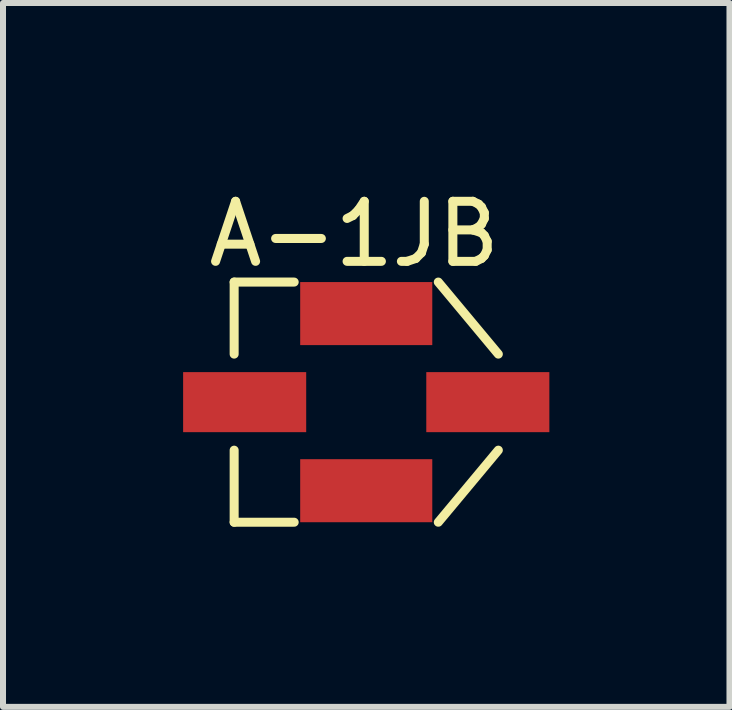
<source format=kicad_pcb>
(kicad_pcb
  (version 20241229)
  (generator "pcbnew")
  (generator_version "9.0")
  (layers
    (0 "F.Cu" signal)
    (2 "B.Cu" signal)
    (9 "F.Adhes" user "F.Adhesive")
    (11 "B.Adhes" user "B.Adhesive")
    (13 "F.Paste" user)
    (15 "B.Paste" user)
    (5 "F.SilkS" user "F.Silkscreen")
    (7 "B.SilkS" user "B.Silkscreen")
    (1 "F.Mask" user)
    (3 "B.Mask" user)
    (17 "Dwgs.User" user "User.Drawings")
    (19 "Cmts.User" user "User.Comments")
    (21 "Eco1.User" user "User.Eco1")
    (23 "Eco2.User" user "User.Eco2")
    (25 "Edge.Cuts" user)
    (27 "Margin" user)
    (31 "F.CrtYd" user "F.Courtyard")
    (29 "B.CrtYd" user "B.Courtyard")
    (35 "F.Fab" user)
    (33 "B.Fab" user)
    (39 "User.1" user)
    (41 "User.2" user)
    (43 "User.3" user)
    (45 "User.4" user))
  (footprint "A-1JB"
    (layer "F.Cu")
    (at 3.05 3.648)
    (property "Reference" "A-1JB" (at -0.2 -2.8 0) (layer "F.SilkS") (effects (font (size 1 1) (thickness 0.15))))
    (attr through_hole)
    (fp_line (start -2.2 -2) (end -1.2 -2) (stroke (width 0.15) (type solid)) (layer "F.SilkS"))
    (fp_line (start -2.2 -0.8) (end -2.2 -2) (stroke (width 0.15) (type solid)) (layer "F.SilkS"))
    (fp_line (start -2.2 2) (end -2.2 0.8) (stroke (width 0.15) (type solid)) (layer "F.SilkS"))
    (fp_line (start -1.2 2) (end -2.2 2) (stroke (width 0.15) (type solid)) (layer "F.SilkS"))
    (fp_line (start 1.2 -2) (end 2.2 -0.8) (stroke (width 0.15) (type solid)) (layer "F.SilkS"))
    (fp_line (start 2.2 0.8) (end 1.2 2) (stroke (width 0.15) (type solid)) (layer "F.SilkS"))
    (pad "1" smd rect (at 2.025 0) (size 2.05 1) (layers "F.Cu" "F.Mask" "F.Paste"))
    (pad "2" smd rect (at -2.025 0) (size 2.05 1) (layers "F.Cu" "F.Mask" "F.Paste"))
    (pad "2" smd rect (at 0 -1.475) (size 2.2 1.05) (layers "F.Cu" "F.Mask" "F.Paste"))
    (pad "2" smd rect (at 0 1.475) (size 2.2 1.05) (layers "F.Cu" "F.Mask" "F.Paste")))
  (gr_rect
    (start -3 -3)
    (end 9.1 8.723)
    (stroke (width 0.1) (type default))
    (fill no)
    (layer "Edge.Cuts")))
</source>
